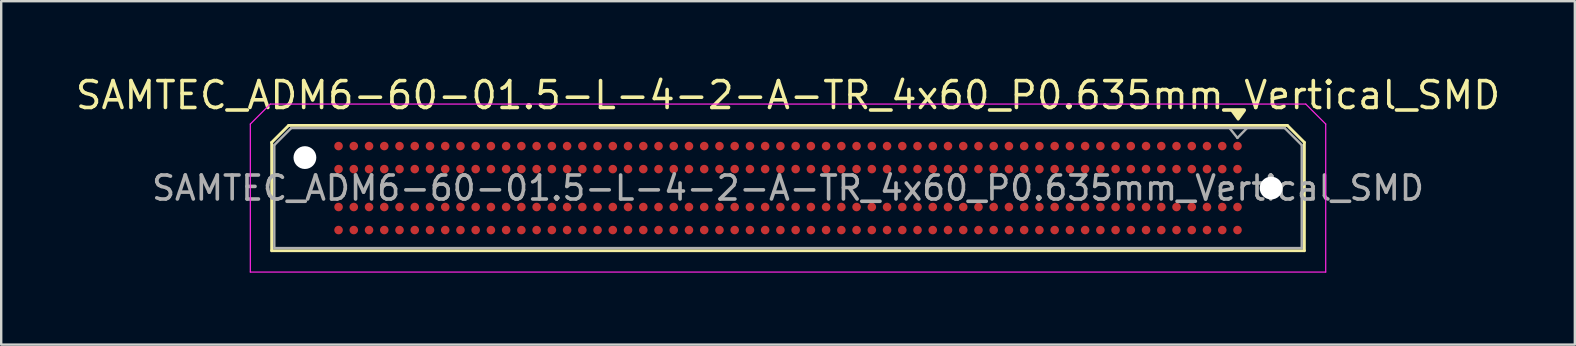
<source format=kicad_pcb>
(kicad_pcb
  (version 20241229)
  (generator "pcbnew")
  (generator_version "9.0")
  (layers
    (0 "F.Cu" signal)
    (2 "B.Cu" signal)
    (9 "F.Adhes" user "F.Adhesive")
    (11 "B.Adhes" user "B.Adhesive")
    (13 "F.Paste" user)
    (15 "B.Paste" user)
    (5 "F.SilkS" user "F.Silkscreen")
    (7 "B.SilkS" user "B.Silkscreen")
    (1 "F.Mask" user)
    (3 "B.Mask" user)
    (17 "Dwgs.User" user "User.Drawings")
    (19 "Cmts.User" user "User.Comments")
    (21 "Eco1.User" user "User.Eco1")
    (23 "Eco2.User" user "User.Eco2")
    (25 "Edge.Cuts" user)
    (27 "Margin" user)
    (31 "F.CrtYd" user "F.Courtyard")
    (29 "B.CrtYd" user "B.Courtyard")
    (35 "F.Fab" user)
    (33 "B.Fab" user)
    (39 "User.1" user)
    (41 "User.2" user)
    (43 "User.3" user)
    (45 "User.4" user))
  (footprint "SAMTEC_ADM6-60-01.5-L-4-2-A-TR_4x60_P0.635mm_Vertical_SMD"
    (layer "F.Cu")
    (at 29.793 4.788)
    (property "Reference" "SAMTEC_ADM6-60-01.5-L-4-2-A-TR_4x60_P0.635mm_Vertical_SMD" (at 0 -3.87 0) (layer "F.SilkS") (effects (font (size 1.12 1.12) (thickness 0.15))))
    (attr smd)
    (fp_line (start -21.52 -1.903) (end -20.813 -2.61) (stroke (width 0.12) (type default)) (layer "F.SilkS"))
    (fp_line (start -21.52 2.61) (end -21.52 -1.903) (stroke (width 0.12) (type solid)) (layer "F.SilkS"))
    (fp_line (start -20.813 -2.61) (end 20.813 -2.61) (stroke (width 0.12) (type solid)) (layer "F.SilkS"))
    (fp_line (start 21.52 -1.903) (end 20.813 -2.61) (stroke (width 0.12) (type default)) (layer "F.SilkS"))
    (fp_line (start 21.52 -1.903) (end 21.52 2.61) (stroke (width 0.12) (type solid)) (layer "F.SilkS"))
    (fp_line (start 21.52 2.61) (end -21.52 2.61) (stroke (width 0.12) (type solid)) (layer "F.SilkS"))
    (fp_poly (pts (xy 18.761 -2.873) (xy 18.521 -3.203) (xy 19.001 -3.203) (xy 18.761 -2.873)) (stroke (width 0.12) (type solid)) (fill yes) (layer "F.SilkS"))
    (fp_line (start -22.41 -2.668) (end -21.578 -3.5) (stroke (width 0.05) (type default)) (layer "F.CrtYd"))
    (fp_line (start -22.41 3.5) (end -22.41 -2.668) (stroke (width 0.05) (type solid)) (layer "F.CrtYd"))
    (fp_line (start -21.578 -3.5) (end 21.578 -3.5) (stroke (width 0.05) (type solid)) (layer "F.CrtYd"))
    (fp_line (start 22.41 -2.668) (end 21.578 -3.5) (stroke (width 0.05) (type default)) (layer "F.CrtYd"))
    (fp_line (start 22.41 -2.668) (end 22.41 3.5) (stroke (width 0.05) (type solid)) (layer "F.CrtYd"))
    (fp_line (start 22.41 3.5) (end -22.41 3.5) (stroke (width 0.05) (type solid)) (layer "F.CrtYd"))
    (fp_line (start -21.41 -1.793) (end -20.703 -2.5) (stroke (width 0.1) (type solid)) (layer "F.Fab"))
    (fp_line (start -21.41 2.5) (end -21.41 -1.793) (stroke (width 0.1) (type solid)) (layer "F.Fab"))
    (fp_line (start -20.703 -2.5) (end 20.703 -2.5) (stroke (width 0.1) (type solid)) (layer "F.Fab"))
    (fp_line (start 18.73 -2.09) (end 18.41 -2.49) (stroke (width 0.1) (type default)) (layer "F.Fab"))
    (fp_line (start 19.12 -2.49) (end 18.73 -2.09) (stroke (width 0.1) (type default)) (layer "F.Fab"))
    (fp_line (start 20.703 -2.5) (end 21.41 -1.793) (stroke (width 0.1) (type solid)) (layer "F.Fab"))
    (fp_line (start 21.41 -1.793) (end 21.41 2.5) (stroke (width 0.1) (type solid)) (layer "F.Fab"))
    (fp_line (start 21.41 2.5) (end -21.41 2.5) (stroke (width 0.1) (type solid)) (layer "F.Fab"))
    (fp_text user "${REFERENCE}" (at 0 0 0) (layer "F.Fab") (effects (font (size 1 1) (thickness 0.15))))
    (pad "" np_thru_hole circle (at -20.135 -1.27) (size 0.95 0.95) (drill 0.95) (layers "*.Cu" "*.Mask"))
    (pad "" np_thru_hole circle (at 20.135 0) (size 0.95 0.95) (drill 0.95) (layers "*.Cu" "*.Mask"))
    (pad "A01" smd circle (at 18.733 -1.75) (size 0.356 0.356) (layers "F.Cu" "F.Mask" "F.Paste"))
    (pad "A02" smd circle (at 18.098 -1.75) (size 0.356 0.356) (layers "F.Cu" "F.Mask" "F.Paste"))
    (pad "A03" smd circle (at 17.462 -1.75) (size 0.356 0.356) (layers "F.Cu" "F.Mask" "F.Paste"))
    (pad "A04" smd circle (at 16.828 -1.75) (size 0.356 0.356) (layers "F.Cu" "F.Mask" "F.Paste"))
    (pad "A05" smd circle (at 16.192 -1.75) (size 0.356 0.356) (layers "F.Cu" "F.Mask" "F.Paste"))
    (pad "A06" smd circle (at 15.557 -1.75) (size 0.356 0.356) (layers "F.Cu" "F.Mask" "F.Paste"))
    (pad "A07" smd circle (at 14.922 -1.75) (size 0.356 0.356) (layers "F.Cu" "F.Mask" "F.Paste"))
    (pad "A08" smd circle (at 14.287 -1.75) (size 0.356 0.356) (layers "F.Cu" "F.Mask" "F.Paste"))
    (pad "A09" smd circle (at 13.652 -1.75) (size 0.356 0.356) (layers "F.Cu" "F.Mask" "F.Paste"))
    (pad "A10" smd circle (at 13.018 -1.75) (size 0.356 0.356) (layers "F.Cu" "F.Mask" "F.Paste"))
    (pad "A11" smd circle (at 12.383 -1.75) (size 0.356 0.356) (layers "F.Cu" "F.Mask" "F.Paste"))
    (pad "A12" smd circle (at 11.748 -1.75) (size 0.356 0.356) (layers "F.Cu" "F.Mask" "F.Paste"))
    (pad "A13" smd circle (at 11.113 -1.75) (size 0.356 0.356) (layers "F.Cu" "F.Mask" "F.Paste"))
    (pad "A14" smd circle (at 10.477 -1.75) (size 0.356 0.356) (layers "F.Cu" "F.Mask" "F.Paste"))
    (pad "A15" smd circle (at 9.842 -1.75) (size 0.356 0.356) (layers "F.Cu" "F.Mask" "F.Paste"))
    (pad "A16" smd circle (at 9.207 -1.75) (size 0.356 0.356) (layers "F.Cu" "F.Mask" "F.Paste"))
    (pad "A17" smd circle (at 8.572 -1.75) (size 0.356 0.356) (layers "F.Cu" "F.Mask" "F.Paste"))
    (pad "A18" smd circle (at 7.938 -1.75) (size 0.356 0.356) (layers "F.Cu" "F.Mask" "F.Paste"))
    (pad "A19" smd circle (at 7.303 -1.75) (size 0.356 0.356) (layers "F.Cu" "F.Mask" "F.Paste"))
    (pad "A20" smd circle (at 6.668 -1.75) (size 0.356 0.356) (layers "F.Cu" "F.Mask" "F.Paste"))
    (pad "A21" smd circle (at 6.032 -1.75) (size 0.356 0.356) (layers "F.Cu" "F.Mask" "F.Paste"))
    (pad "A22" smd circle (at 5.397 -1.75) (size 0.356 0.356) (layers "F.Cu" "F.Mask" "F.Paste"))
    (pad "A23" smd circle (at 4.763 -1.75) (size 0.356 0.356) (layers "F.Cu" "F.Mask" "F.Paste"))
    (pad "A24" smd circle (at 4.128 -1.75) (size 0.356 0.356) (layers "F.Cu" "F.Mask" "F.Paste"))
    (pad "A25" smd circle (at 3.493 -1.75) (size 0.356 0.356) (layers "F.Cu" "F.Mask" "F.Paste"))
    (pad "A26" smd circle (at 2.857 -1.75) (size 0.356 0.356) (layers "F.Cu" "F.Mask" "F.Paste"))
    (pad "A27" smd circle (at 2.223 -1.75) (size 0.356 0.356) (layers "F.Cu" "F.Mask" "F.Paste"))
    (pad "A28" smd circle (at 1.587 -1.75) (size 0.356 0.356) (layers "F.Cu" "F.Mask" "F.Paste"))
    (pad "A29" smd circle (at 0.953 -1.75) (size 0.356 0.356) (layers "F.Cu" "F.Mask" "F.Paste"))
    (pad "A30" smd circle (at 0.318 -1.75) (size 0.356 0.356) (layers "F.Cu" "F.Mask" "F.Paste"))
    (pad "A31" smd circle (at -0.318 -1.75) (size 0.356 0.356) (layers "F.Cu" "F.Mask" "F.Paste"))
    (pad "A32" smd circle (at -0.953 -1.75) (size 0.356 0.356) (layers "F.Cu" "F.Mask" "F.Paste"))
    (pad "A33" smd circle (at -1.587 -1.75) (size 0.356 0.356) (layers "F.Cu" "F.Mask" "F.Paste"))
    (pad "A34" smd circle (at -2.223 -1.75) (size 0.356 0.356) (layers "F.Cu" "F.Mask" "F.Paste"))
    (pad "A35" smd circle (at -2.857 -1.75) (size 0.356 0.356) (layers "F.Cu" "F.Mask" "F.Paste"))
    (pad "A36" smd circle (at -3.493 -1.75) (size 0.356 0.356) (layers "F.Cu" "F.Mask" "F.Paste"))
    (pad "A37" smd circle (at -4.128 -1.75) (size 0.356 0.356) (layers "F.Cu" "F.Mask" "F.Paste"))
    (pad "A38" smd circle (at -4.763 -1.75) (size 0.356 0.356) (layers "F.Cu" "F.Mask" "F.Paste"))
    (pad "A39" smd circle (at -5.397 -1.75) (size 0.356 0.356) (layers "F.Cu" "F.Mask" "F.Paste"))
    (pad "A40" smd circle (at -6.032 -1.75) (size 0.356 0.356) (layers "F.Cu" "F.Mask" "F.Paste"))
    (pad "A41" smd circle (at -6.668 -1.75) (size 0.356 0.356) (layers "F.Cu" "F.Mask" "F.Paste"))
    (pad "A42" smd circle (at -7.303 -1.75) (size 0.356 0.356) (layers "F.Cu" "F.Mask" "F.Paste"))
    (pad "A43" smd circle (at -7.938 -1.75) (size 0.356 0.356) (layers "F.Cu" "F.Mask" "F.Paste"))
    (pad "A44" smd circle (at -8.572 -1.75) (size 0.356 0.356) (layers "F.Cu" "F.Mask" "F.Paste"))
    (pad "A45" smd circle (at -9.207 -1.75) (size 0.356 0.356) (layers "F.Cu" "F.Mask" "F.Paste"))
    (pad "A46" smd circle (at -9.842 -1.75) (size 0.356 0.356) (layers "F.Cu" "F.Mask" "F.Paste"))
    (pad "A47" smd circle (at -10.477 -1.75) (size 0.356 0.356) (layers "F.Cu" "F.Mask" "F.Paste"))
    (pad "A48" smd circle (at -11.113 -1.75) (size 0.356 0.356) (layers "F.Cu" "F.Mask" "F.Paste"))
    (pad "A49" smd circle (at -11.748 -1.75) (size 0.356 0.356) (layers "F.Cu" "F.Mask" "F.Paste"))
    (pad "A50" smd circle (at -12.383 -1.75) (size 0.356 0.356) (layers "F.Cu" "F.Mask" "F.Paste"))
    (pad "A51" smd circle (at -13.018 -1.75) (size 0.356 0.356) (layers "F.Cu" "F.Mask" "F.Paste"))
    (pad "A52" smd circle (at -13.652 -1.75) (size 0.356 0.356) (layers "F.Cu" "F.Mask" "F.Paste"))
    (pad "A53" smd circle (at -14.287 -1.75) (size 0.356 0.356) (layers "F.Cu" "F.Mask" "F.Paste"))
    (pad "A54" smd circle (at -14.922 -1.75) (size 0.356 0.356) (layers "F.Cu" "F.Mask" "F.Paste"))
    (pad "A55" smd circle (at -15.557 -1.75) (size 0.356 0.356) (layers "F.Cu" "F.Mask" "F.Paste"))
    (pad "A56" smd circle (at -16.192 -1.75) (size 0.356 0.356) (layers "F.Cu" "F.Mask" "F.Paste"))
    (pad "A57" smd circle (at -16.828 -1.75) (size 0.356 0.356) (layers "F.Cu" "F.Mask" "F.Paste"))
    (pad "A58" smd circle (at -17.462 -1.75) (size 0.356 0.356) (layers "F.Cu" "F.Mask" "F.Paste"))
    (pad "A59" smd circle (at -18.098 -1.75) (size 0.356 0.356) (layers "F.Cu" "F.Mask" "F.Paste"))
    (pad "A60" smd circle (at -18.733 -1.75) (size 0.356 0.356) (layers "F.Cu" "F.Mask" "F.Paste"))
    (pad "B01" smd circle (at 18.733 -0.79) (size 0.356 0.356) (layers "F.Cu" "F.Mask" "F.Paste"))
    (pad "B02" smd circle (at 18.098 -0.79) (size 0.356 0.356) (layers "F.Cu" "F.Mask" "F.Paste"))
    (pad "B03" smd circle (at 17.462 -0.79) (size 0.356 0.356) (layers "F.Cu" "F.Mask" "F.Paste"))
    (pad "B04" smd circle (at 16.828 -0.79) (size 0.356 0.356) (layers "F.Cu" "F.Mask" "F.Paste"))
    (pad "B05" smd circle (at 16.192 -0.79) (size 0.356 0.356) (layers "F.Cu" "F.Mask" "F.Paste"))
    (pad "B06" smd circle (at 15.557 -0.79) (size 0.356 0.356) (layers "F.Cu" "F.Mask" "F.Paste"))
    (pad "B07" smd circle (at 14.922 -0.79) (size 0.356 0.356) (layers "F.Cu" "F.Mask" "F.Paste"))
    (pad "B08" smd circle (at 14.287 -0.79) (size 0.356 0.356) (layers "F.Cu" "F.Mask" "F.Paste"))
    (pad "B09" smd circle (at 13.652 -0.79) (size 0.356 0.356) (layers "F.Cu" "F.Mask" "F.Paste"))
    (pad "B10" smd circle (at 13.018 -0.79) (size 0.356 0.356) (layers "F.Cu" "F.Mask" "F.Paste"))
    (pad "B11" smd circle (at 12.383 -0.79) (size 0.356 0.356) (layers "F.Cu" "F.Mask" "F.Paste"))
    (pad "B12" smd circle (at 11.748 -0.79) (size 0.356 0.356) (layers "F.Cu" "F.Mask" "F.Paste"))
    (pad "B13" smd circle (at 11.113 -0.79) (size 0.356 0.356) (layers "F.Cu" "F.Mask" "F.Paste"))
    (pad "B14" smd circle (at 10.477 -0.79) (size 0.356 0.356) (layers "F.Cu" "F.Mask" "F.Paste"))
    (pad "B15" smd circle (at 9.842 -0.79) (size 0.356 0.356) (layers "F.Cu" "F.Mask" "F.Paste"))
    (pad "B16" smd circle (at 9.207 -0.79) (size 0.356 0.356) (layers "F.Cu" "F.Mask" "F.Paste"))
    (pad "B17" smd circle (at 8.572 -0.79) (size 0.356 0.356) (layers "F.Cu" "F.Mask" "F.Paste"))
    (pad "B18" smd circle (at 7.938 -0.79) (size 0.356 0.356) (layers "F.Cu" "F.Mask" "F.Paste"))
    (pad "B19" smd circle (at 7.303 -0.79) (size 0.356 0.356) (layers "F.Cu" "F.Mask" "F.Paste"))
    (pad "B20" smd circle (at 6.668 -0.79) (size 0.356 0.356) (layers "F.Cu" "F.Mask" "F.Paste"))
    (pad "B21" smd circle (at 6.032 -0.79) (size 0.356 0.356) (layers "F.Cu" "F.Mask" "F.Paste"))
    (pad "B22" smd circle (at 5.397 -0.79) (size 0.356 0.356) (layers "F.Cu" "F.Mask" "F.Paste"))
    (pad "B23" smd circle (at 4.763 -0.79) (size 0.356 0.356) (layers "F.Cu" "F.Mask" "F.Paste"))
    (pad "B24" smd circle (at 4.128 -0.79) (size 0.356 0.356) (layers "F.Cu" "F.Mask" "F.Paste"))
    (pad "B25" smd circle (at 3.493 -0.79) (size 0.356 0.356) (layers "F.Cu" "F.Mask" "F.Paste"))
    (pad "B26" smd circle (at 2.857 -0.79) (size 0.356 0.356) (layers "F.Cu" "F.Mask" "F.Paste"))
    (pad "B27" smd circle (at 2.223 -0.79) (size 0.356 0.356) (layers "F.Cu" "F.Mask" "F.Paste"))
    (pad "B28" smd circle (at 1.587 -0.79) (size 0.356 0.356) (layers "F.Cu" "F.Mask" "F.Paste"))
    (pad "B29" smd circle (at 0.953 -0.79) (size 0.356 0.356) (layers "F.Cu" "F.Mask" "F.Paste"))
    (pad "B30" smd circle (at 0.318 -0.79) (size 0.356 0.356) (layers "F.Cu" "F.Mask" "F.Paste"))
    (pad "B31" smd circle (at -0.318 -0.79) (size 0.356 0.356) (layers "F.Cu" "F.Mask" "F.Paste"))
    (pad "B32" smd circle (at -0.953 -0.79) (size 0.356 0.356) (layers "F.Cu" "F.Mask" "F.Paste"))
    (pad "B33" smd circle (at -1.587 -0.79) (size 0.356 0.356) (layers "F.Cu" "F.Mask" "F.Paste"))
    (pad "B34" smd circle (at -2.223 -0.79) (size 0.356 0.356) (layers "F.Cu" "F.Mask" "F.Paste"))
    (pad "B35" smd circle (at -2.857 -0.79) (size 0.356 0.356) (layers "F.Cu" "F.Mask" "F.Paste"))
    (pad "B36" smd circle (at -3.493 -0.79) (size 0.356 0.356) (layers "F.Cu" "F.Mask" "F.Paste"))
    (pad "B37" smd circle (at -4.128 -0.79) (size 0.356 0.356) (layers "F.Cu" "F.Mask" "F.Paste"))
    (pad "B38" smd circle (at -4.763 -0.79) (size 0.356 0.356) (layers "F.Cu" "F.Mask" "F.Paste"))
    (pad "B39" smd circle (at -5.397 -0.79) (size 0.356 0.356) (layers "F.Cu" "F.Mask" "F.Paste"))
    (pad "B40" smd circle (at -6.032 -0.79) (size 0.356 0.356) (layers "F.Cu" "F.Mask" "F.Paste"))
    (pad "B41" smd circle (at -6.668 -0.79) (size 0.356 0.356) (layers "F.Cu" "F.Mask" "F.Paste"))
    (pad "B42" smd circle (at -7.303 -0.79) (size 0.356 0.356) (layers "F.Cu" "F.Mask" "F.Paste"))
    (pad "B43" smd circle (at -7.938 -0.79) (size 0.356 0.356) (layers "F.Cu" "F.Mask" "F.Paste"))
    (pad "B44" smd circle (at -8.572 -0.79) (size 0.356 0.356) (layers "F.Cu" "F.Mask" "F.Paste"))
    (pad "B45" smd circle (at -9.207 -0.79) (size 0.356 0.356) (layers "F.Cu" "F.Mask" "F.Paste"))
    (pad "B46" smd circle (at -9.842 -0.79) (size 0.356 0.356) (layers "F.Cu" "F.Mask" "F.Paste"))
    (pad "B47" smd circle (at -10.477 -0.79) (size 0.356 0.356) (layers "F.Cu" "F.Mask" "F.Paste"))
    (pad "B48" smd circle (at -11.113 -0.79) (size 0.356 0.356) (layers "F.Cu" "F.Mask" "F.Paste"))
    (pad "B49" smd circle (at -11.748 -0.79) (size 0.356 0.356) (layers "F.Cu" "F.Mask" "F.Paste"))
    (pad "B50" smd circle (at -12.383 -0.79) (size 0.356 0.356) (layers "F.Cu" "F.Mask" "F.Paste"))
    (pad "B51" smd circle (at -13.018 -0.79) (size 0.356 0.356) (layers "F.Cu" "F.Mask" "F.Paste"))
    (pad "B52" smd circle (at -13.652 -0.79) (size 0.356 0.356) (layers "F.Cu" "F.Mask" "F.Paste"))
    (pad "B53" smd circle (at -14.287 -0.79) (size 0.356 0.356) (layers "F.Cu" "F.Mask" "F.Paste"))
    (pad "B54" smd circle (at -14.922 -0.79) (size 0.356 0.356) (layers "F.Cu" "F.Mask" "F.Paste"))
    (pad "B55" smd circle (at -15.557 -0.79) (size 0.356 0.356) (layers "F.Cu" "F.Mask" "F.Paste"))
    (pad "B56" smd circle (at -16.192 -0.79) (size 0.356 0.356) (layers "F.Cu" "F.Mask" "F.Paste"))
    (pad "B57" smd circle (at -16.828 -0.79) (size 0.356 0.356) (layers "F.Cu" "F.Mask" "F.Paste"))
    (pad "B58" smd circle (at -17.462 -0.79) (size 0.356 0.356) (layers "F.Cu" "F.Mask" "F.Paste"))
    (pad "B59" smd circle (at -18.098 -0.79) (size 0.356 0.356) (layers "F.Cu" "F.Mask" "F.Paste"))
    (pad "B60" smd circle (at -18.733 -0.79) (size 0.356 0.356) (layers "F.Cu" "F.Mask" "F.Paste"))
    (pad "C01" smd circle (at 18.733 0.79) (size 0.356 0.356) (layers "F.Cu" "F.Mask" "F.Paste"))
    (pad "C02" smd circle (at 18.098 0.79) (size 0.356 0.356) (layers "F.Cu" "F.Mask" "F.Paste"))
    (pad "C03" smd circle (at 17.462 0.79) (size 0.356 0.356) (layers "F.Cu" "F.Mask" "F.Paste"))
    (pad "C04" smd circle (at 16.828 0.79) (size 0.356 0.356) (layers "F.Cu" "F.Mask" "F.Paste"))
    (pad "C05" smd circle (at 16.192 0.79) (size 0.356 0.356) (layers "F.Cu" "F.Mask" "F.Paste"))
    (pad "C06" smd circle (at 15.557 0.79) (size 0.356 0.356) (layers "F.Cu" "F.Mask" "F.Paste"))
    (pad "C07" smd circle (at 14.922 0.79) (size 0.356 0.356) (layers "F.Cu" "F.Mask" "F.Paste"))
    (pad "C08" smd circle (at 14.287 0.79) (size 0.356 0.356) (layers "F.Cu" "F.Mask" "F.Paste"))
    (pad "C09" smd circle (at 13.652 0.79) (size 0.356 0.356) (layers "F.Cu" "F.Mask" "F.Paste"))
    (pad "C10" smd circle (at 13.018 0.79) (size 0.356 0.356) (layers "F.Cu" "F.Mask" "F.Paste"))
    (pad "C11" smd circle (at 12.383 0.79) (size 0.356 0.356) (layers "F.Cu" "F.Mask" "F.Paste"))
    (pad "C12" smd circle (at 11.748 0.79) (size 0.356 0.356) (layers "F.Cu" "F.Mask" "F.Paste"))
    (pad "C13" smd circle (at 11.113 0.79) (size 0.356 0.356) (layers "F.Cu" "F.Mask" "F.Paste"))
    (pad "C14" smd circle (at 10.477 0.79) (size 0.356 0.356) (layers "F.Cu" "F.Mask" "F.Paste"))
    (pad "C15" smd circle (at 9.842 0.79) (size 0.356 0.356) (layers "F.Cu" "F.Mask" "F.Paste"))
    (pad "C16" smd circle (at 9.207 0.79) (size 0.356 0.356) (layers "F.Cu" "F.Mask" "F.Paste"))
    (pad "C17" smd circle (at 8.572 0.79) (size 0.356 0.356) (layers "F.Cu" "F.Mask" "F.Paste"))
    (pad "C18" smd circle (at 7.938 0.79) (size 0.356 0.356) (layers "F.Cu" "F.Mask" "F.Paste"))
    (pad "C19" smd circle (at 7.303 0.79) (size 0.356 0.356) (layers "F.Cu" "F.Mask" "F.Paste"))
    (pad "C20" smd circle (at 6.668 0.79) (size 0.356 0.356) (layers "F.Cu" "F.Mask" "F.Paste"))
    (pad "C21" smd circle (at 6.032 0.79) (size 0.356 0.356) (layers "F.Cu" "F.Mask" "F.Paste"))
    (pad "C22" smd circle (at 5.397 0.79) (size 0.356 0.356) (layers "F.Cu" "F.Mask" "F.Paste"))
    (pad "C23" smd circle (at 4.763 0.79) (size 0.356 0.356) (layers "F.Cu" "F.Mask" "F.Paste"))
    (pad "C24" smd circle (at 4.128 0.79) (size 0.356 0.356) (layers "F.Cu" "F.Mask" "F.Paste"))
    (pad "C25" smd circle (at 3.493 0.79) (size 0.356 0.356) (layers "F.Cu" "F.Mask" "F.Paste"))
    (pad "C26" smd circle (at 2.857 0.79) (size 0.356 0.356) (layers "F.Cu" "F.Mask" "F.Paste"))
    (pad "C27" smd circle (at 2.223 0.79) (size 0.356 0.356) (layers "F.Cu" "F.Mask" "F.Paste"))
    (pad "C28" smd circle (at 1.587 0.79) (size 0.356 0.356) (layers "F.Cu" "F.Mask" "F.Paste"))
    (pad "C29" smd circle (at 0.953 0.79) (size 0.356 0.356) (layers "F.Cu" "F.Mask" "F.Paste"))
    (pad "C30" smd circle (at 0.318 0.79) (size 0.356 0.356) (layers "F.Cu" "F.Mask" "F.Paste"))
    (pad "C31" smd circle (at -0.318 0.79) (size 0.356 0.356) (layers "F.Cu" "F.Mask" "F.Paste"))
    (pad "C32" smd circle (at -0.953 0.79) (size 0.356 0.356) (layers "F.Cu" "F.Mask" "F.Paste"))
    (pad "C33" smd circle (at -1.587 0.79) (size 0.356 0.356) (layers "F.Cu" "F.Mask" "F.Paste"))
    (pad "C34" smd circle (at -2.223 0.79) (size 0.356 0.356) (layers "F.Cu" "F.Mask" "F.Paste"))
    (pad "C35" smd circle (at -2.857 0.79) (size 0.356 0.356) (layers "F.Cu" "F.Mask" "F.Paste"))
    (pad "C36" smd circle (at -3.493 0.79) (size 0.356 0.356) (layers "F.Cu" "F.Mask" "F.Paste"))
    (pad "C37" smd circle (at -4.128 0.79) (size 0.356 0.356) (layers "F.Cu" "F.Mask" "F.Paste"))
    (pad "C38" smd circle (at -4.763 0.79) (size 0.356 0.356) (layers "F.Cu" "F.Mask" "F.Paste"))
    (pad "C39" smd circle (at -5.397 0.79) (size 0.356 0.356) (layers "F.Cu" "F.Mask" "F.Paste"))
    (pad "C40" smd circle (at -6.032 0.79) (size 0.356 0.356) (layers "F.Cu" "F.Mask" "F.Paste"))
    (pad "C41" smd circle (at -6.668 0.79) (size 0.356 0.356) (layers "F.Cu" "F.Mask" "F.Paste"))
    (pad "C42" smd circle (at -7.303 0.79) (size 0.356 0.356) (layers "F.Cu" "F.Mask" "F.Paste"))
    (pad "C43" smd circle (at -7.938 0.79) (size 0.356 0.356) (layers "F.Cu" "F.Mask" "F.Paste"))
    (pad "C44" smd circle (at -8.572 0.79) (size 0.356 0.356) (layers "F.Cu" "F.Mask" "F.Paste"))
    (pad "C45" smd circle (at -9.207 0.79) (size 0.356 0.356) (layers "F.Cu" "F.Mask" "F.Paste"))
    (pad "C46" smd circle (at -9.842 0.79) (size 0.356 0.356) (layers "F.Cu" "F.Mask" "F.Paste"))
    (pad "C47" smd circle (at -10.477 0.79) (size 0.356 0.356) (layers "F.Cu" "F.Mask" "F.Paste"))
    (pad "C48" smd circle (at -11.113 0.79) (size 0.356 0.356) (layers "F.Cu" "F.Mask" "F.Paste"))
    (pad "C49" smd circle (at -11.748 0.79) (size 0.356 0.356) (layers "F.Cu" "F.Mask" "F.Paste"))
    (pad "C50" smd circle (at -12.383 0.79) (size 0.356 0.356) (layers "F.Cu" "F.Mask" "F.Paste"))
    (pad "C51" smd circle (at -13.018 0.79) (size 0.356 0.356) (layers "F.Cu" "F.Mask" "F.Paste"))
    (pad "C52" smd circle (at -13.652 0.79) (size 0.356 0.356) (layers "F.Cu" "F.Mask" "F.Paste"))
    (pad "C53" smd circle (at -14.287 0.79) (size 0.356 0.356) (layers "F.Cu" "F.Mask" "F.Paste"))
    (pad "C54" smd circle (at -14.922 0.79) (size 0.356 0.356) (layers "F.Cu" "F.Mask" "F.Paste"))
    (pad "C55" smd circle (at -15.557 0.79) (size 0.356 0.356) (layers "F.Cu" "F.Mask" "F.Paste"))
    (pad "C56" smd circle (at -16.192 0.79) (size 0.356 0.356) (layers "F.Cu" "F.Mask" "F.Paste"))
    (pad "C57" smd circle (at -16.828 0.79) (size 0.356 0.356) (layers "F.Cu" "F.Mask" "F.Paste"))
    (pad "C58" smd circle (at -17.462 0.79) (size 0.356 0.356) (layers "F.Cu" "F.Mask" "F.Paste"))
    (pad "C59" smd circle (at -18.098 0.79) (size 0.356 0.356) (layers "F.Cu" "F.Mask" "F.Paste"))
    (pad "C60" smd circle (at -18.733 0.79) (size 0.356 0.356) (layers "F.Cu" "F.Mask" "F.Paste"))
    (pad "D01" smd circle (at 18.733 1.75) (size 0.356 0.356) (layers "F.Cu" "F.Mask" "F.Paste"))
    (pad "D02" smd circle (at 18.098 1.75) (size 0.356 0.356) (layers "F.Cu" "F.Mask" "F.Paste"))
    (pad "D03" smd circle (at 17.462 1.75) (size 0.356 0.356) (layers "F.Cu" "F.Mask" "F.Paste"))
    (pad "D04" smd circle (at 16.828 1.75) (size 0.356 0.356) (layers "F.Cu" "F.Mask" "F.Paste"))
    (pad "D05" smd circle (at 16.192 1.75) (size 0.356 0.356) (layers "F.Cu" "F.Mask" "F.Paste"))
    (pad "D06" smd circle (at 15.557 1.75) (size 0.356 0.356) (layers "F.Cu" "F.Mask" "F.Paste"))
    (pad "D07" smd circle (at 14.922 1.75) (size 0.356 0.356) (layers "F.Cu" "F.Mask" "F.Paste"))
    (pad "D08" smd circle (at 14.287 1.75) (size 0.356 0.356) (layers "F.Cu" "F.Mask" "F.Paste"))
    (pad "D09" smd circle (at 13.652 1.75) (size 0.356 0.356) (layers "F.Cu" "F.Mask" "F.Paste"))
    (pad "D10" smd circle (at 13.018 1.75) (size 0.356 0.356) (layers "F.Cu" "F.Mask" "F.Paste"))
    (pad "D11" smd circle (at 12.383 1.75) (size 0.356 0.356) (layers "F.Cu" "F.Mask" "F.Paste"))
    (pad "D12" smd circle (at 11.748 1.75) (size 0.356 0.356) (layers "F.Cu" "F.Mask" "F.Paste"))
    (pad "D13" smd circle (at 11.113 1.75) (size 0.356 0.356) (layers "F.Cu" "F.Mask" "F.Paste"))
    (pad "D14" smd circle (at 10.477 1.75) (size 0.356 0.356) (layers "F.Cu" "F.Mask" "F.Paste"))
    (pad "D15" smd circle (at 9.842 1.75) (size 0.356 0.356) (layers "F.Cu" "F.Mask" "F.Paste"))
    (pad "D16" smd circle (at 9.207 1.75) (size 0.356 0.356) (layers "F.Cu" "F.Mask" "F.Paste"))
    (pad "D17" smd circle (at 8.572 1.75) (size 0.356 0.356) (layers "F.Cu" "F.Mask" "F.Paste"))
    (pad "D18" smd circle (at 7.938 1.75) (size 0.356 0.356) (layers "F.Cu" "F.Mask" "F.Paste"))
    (pad "D19" smd circle (at 7.303 1.75) (size 0.356 0.356) (layers "F.Cu" "F.Mask" "F.Paste"))
    (pad "D20" smd circle (at 6.668 1.75) (size 0.356 0.356) (layers "F.Cu" "F.Mask" "F.Paste"))
    (pad "D21" smd circle (at 6.032 1.75) (size 0.356 0.356) (layers "F.Cu" "F.Mask" "F.Paste"))
    (pad "D22" smd circle (at 5.397 1.75) (size 0.356 0.356) (layers "F.Cu" "F.Mask" "F.Paste"))
    (pad "D23" smd circle (at 4.763 1.75) (size 0.356 0.356) (layers "F.Cu" "F.Mask" "F.Paste"))
    (pad "D24" smd circle (at 4.128 1.75) (size 0.356 0.356) (layers "F.Cu" "F.Mask" "F.Paste"))
    (pad "D25" smd circle (at 3.493 1.75) (size 0.356 0.356) (layers "F.Cu" "F.Mask" "F.Paste"))
    (pad "D26" smd circle (at 2.857 1.75) (size 0.356 0.356) (layers "F.Cu" "F.Mask" "F.Paste"))
    (pad "D27" smd circle (at 2.223 1.75) (size 0.356 0.356) (layers "F.Cu" "F.Mask" "F.Paste"))
    (pad "D28" smd circle (at 1.587 1.75) (size 0.356 0.356) (layers "F.Cu" "F.Mask" "F.Paste"))
    (pad "D29" smd circle (at 0.953 1.75) (size 0.356 0.356) (layers "F.Cu" "F.Mask" "F.Paste"))
    (pad "D30" smd circle (at 0.318 1.75) (size 0.356 0.356) (layers "F.Cu" "F.Mask" "F.Paste"))
    (pad "D31" smd circle (at -0.318 1.75) (size 0.356 0.356) (layers "F.Cu" "F.Mask" "F.Paste"))
    (pad "D32" smd circle (at -0.953 1.75) (size 0.356 0.356) (layers "F.Cu" "F.Mask" "F.Paste"))
    (pad "D33" smd circle (at -1.587 1.75) (size 0.356 0.356) (layers "F.Cu" "F.Mask" "F.Paste"))
    (pad "D34" smd circle (at -2.223 1.75) (size 0.356 0.356) (layers "F.Cu" "F.Mask" "F.Paste"))
    (pad "D35" smd circle (at -2.857 1.75) (size 0.356 0.356) (layers "F.Cu" "F.Mask" "F.Paste"))
    (pad "D36" smd circle (at -3.493 1.75) (size 0.356 0.356) (layers "F.Cu" "F.Mask" "F.Paste"))
    (pad "D37" smd circle (at -4.128 1.75) (size 0.356 0.356) (layers "F.Cu" "F.Mask" "F.Paste"))
    (pad "D38" smd circle (at -4.763 1.75) (size 0.356 0.356) (layers "F.Cu" "F.Mask" "F.Paste"))
    (pad "D39" smd circle (at -5.397 1.75) (size 0.356 0.356) (layers "F.Cu" "F.Mask" "F.Paste"))
    (pad "D40" smd circle (at -6.032 1.75) (size 0.356 0.356) (layers "F.Cu" "F.Mask" "F.Paste"))
    (pad "D41" smd circle (at -6.668 1.75) (size 0.356 0.356) (layers "F.Cu" "F.Mask" "F.Paste"))
    (pad "D42" smd circle (at -7.303 1.75) (size 0.356 0.356) (layers "F.Cu" "F.Mask" "F.Paste"))
    (pad "D43" smd circle (at -7.938 1.75) (size 0.356 0.356) (layers "F.Cu" "F.Mask" "F.Paste"))
    (pad "D44" smd circle (at -8.572 1.75) (size 0.356 0.356) (layers "F.Cu" "F.Mask" "F.Paste"))
    (pad "D45" smd circle (at -9.207 1.75) (size 0.356 0.356) (layers "F.Cu" "F.Mask" "F.Paste"))
    (pad "D46" smd circle (at -9.842 1.75) (size 0.356 0.356) (layers "F.Cu" "F.Mask" "F.Paste"))
    (pad "D47" smd circle (at -10.477 1.75) (size 0.356 0.356) (layers "F.Cu" "F.Mask" "F.Paste"))
    (pad "D48" smd circle (at -11.113 1.75) (size 0.356 0.356) (layers "F.Cu" "F.Mask" "F.Paste"))
    (pad "D49" smd circle (at -11.748 1.75) (size 0.356 0.356) (layers "F.Cu" "F.Mask" "F.Paste"))
    (pad "D50" smd circle (at -12.383 1.75) (size 0.356 0.356) (layers "F.Cu" "F.Mask" "F.Paste"))
    (pad "D51" smd circle (at -13.018 1.75) (size 0.356 0.356) (layers "F.Cu" "F.Mask" "F.Paste"))
    (pad "D52" smd circle (at -13.652 1.75) (size 0.356 0.356) (layers "F.Cu" "F.Mask" "F.Paste"))
    (pad "D53" smd circle (at -14.287 1.75) (size 0.356 0.356) (layers "F.Cu" "F.Mask" "F.Paste"))
    (pad "D54" smd circle (at -14.922 1.75) (size 0.356 0.356) (layers "F.Cu" "F.Mask" "F.Paste"))
    (pad "D55" smd circle (at -15.557 1.75) (size 0.356 0.356) (layers "F.Cu" "F.Mask" "F.Paste"))
    (pad "D56" smd circle (at -16.192 1.75) (size 0.356 0.356) (layers "F.Cu" "F.Mask" "F.Paste"))
    (pad "D57" smd circle (at -16.828 1.75) (size 0.356 0.356) (layers "F.Cu" "F.Mask" "F.Paste"))
    (pad "D58" smd circle (at -17.462 1.75) (size 0.356 0.356) (layers "F.Cu" "F.Mask" "F.Paste"))
    (pad "D59" smd circle (at -18.098 1.75) (size 0.356 0.356) (layers "F.Cu" "F.Mask" "F.Paste"))
    (pad "D60" smd circle (at -18.733 1.75) (size 0.356 0.356) (layers "F.Cu" "F.Mask" "F.Paste")))
  (gr_rect
    (start -3 -3)
    (end 62.586 11.313)
    (stroke (width 0.1) (type default))
    (fill no)
    (layer "Edge.Cuts")))
</source>
